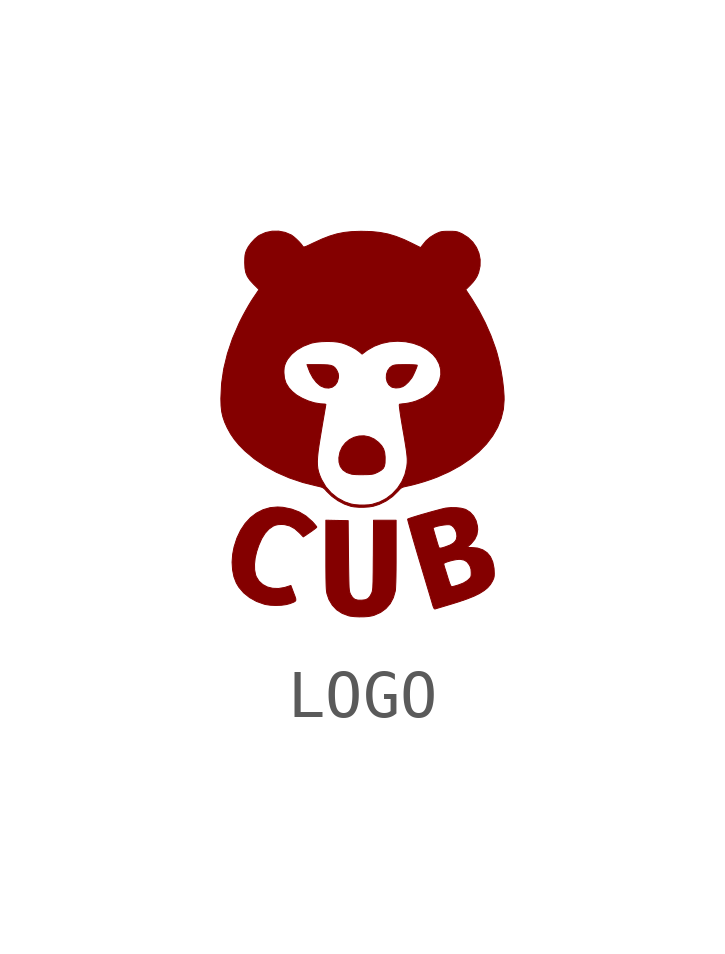
<source format=kicad_sym>
(kicad_symbol_lib
  (version 20220914)
  (generator "bitmap2component")
  (generator_version "9.0")
  (symbol "LOGO"
    (pin_names
      (offset 1.016))
    (property "Reference" "#G"
      (at 0 4.47 0)
      (effects (font (size 1.27 1.27)) hide))
    (symbol "LOGO_0_0"
      (polyline (pts (xy 0.031 -4.33) (xy 0.126 -4.323) (xy 0.202 -4.309) (xy 0.245 -4.297) (xy 0.377 -4.239) (xy 0.488 -4.158) (xy 0.578 -4.055) (xy 0.643 -3.932) (xy 0.684 -3.791) (xy 0.688 -3.762) (xy 0.691 -3.698) (xy 0.695 -3.607) (xy 0.698 -3.49) (xy 0.7 -3.349) (xy 0.701 -3.188) (xy 0.701 -3.007) (xy 0.701 -2.316) (xy 0.466 -2.316) (xy 0.23 -2.316) (xy 0.226 -3.045) (xy 0.225 -3.104) (xy 0.224 -3.265) (xy 0.223 -3.398) (xy 0.221 -3.507) (xy 0.22 -3.595) (xy 0.217 -3.663) (xy 0.215 -3.716) (xy 0.211 -3.756) (xy 0.207 -3.785) (xy 0.202 -3.808) (xy 0.195 -3.827) (xy 0.187 -3.845) (xy 0.152 -3.908) (xy 0.112 -3.95) (xy 0.06 -3.974) (xy -0.014 -3.983) (xy -0.098 -3.982) (xy -0.16 -3.965) (xy -0.208 -3.926) (xy -0.247 -3.865) (xy -0.253 -3.851) (xy -0.261 -3.833) (xy -0.267 -3.813) (xy -0.272 -3.789) (xy -0.276 -3.756) (xy -0.28 -3.712) (xy -0.282 -3.655) (xy -0.284 -3.581) (xy -0.286 -3.487) (xy -0.288 -3.37) (xy -0.29 -3.228) (xy -0.292 -3.057) (xy -0.299 -2.324) (xy -0.532 -2.32) (xy -0.764 -2.315) (xy -0.764 -3.037) (xy -0.764 -3.1) (xy -0.764 -3.267) (xy -0.763 -3.406) (xy -0.762 -3.521) (xy -0.76 -3.614) (xy -0.758 -3.687) (xy -0.755 -3.745) (xy -0.751 -3.79) (xy -0.746 -3.825) (xy -0.74 -3.852) (xy -0.699 -3.971) (xy -0.629 -4.088) (xy -0.538 -4.184) (xy -0.424 -4.258) (xy -0.288 -4.309) (xy -0.257 -4.316) (xy -0.172 -4.326) (xy -0.072 -4.331) (xy 0.031 -4.33)) (stroke (width 0.01) (type default)) (fill (type outline)))
      (polyline (pts (xy 1.517 -4.165) (xy 1.551 -4.155) (xy 1.608 -4.138) (xy 1.685 -4.115) (xy 1.775 -4.088) (xy 1.875 -4.058) (xy 2.016 -4.014) (xy 2.184 -3.956) (xy 2.325 -3.9) (xy 2.441 -3.843) (xy 2.535 -3.784) (xy 2.61 -3.723) (xy 2.668 -3.656) (xy 2.711 -3.584) (xy 2.722 -3.561) (xy 2.739 -3.519) (xy 2.747 -3.479) (xy 2.749 -3.43) (xy 2.746 -3.36) (xy 2.743 -3.315) (xy 2.717 -3.186) (xy 2.669 -3.078) (xy 2.6 -2.994) (xy 2.51 -2.933) (xy 2.401 -2.896) (xy 2.271 -2.884) (xy 2.177 -2.884) (xy 2.243 -2.826) (xy 2.267 -2.805) (xy 2.341 -2.715) (xy 2.387 -2.616) (xy 2.403 -2.51) (xy 2.398 -2.439) (xy 2.37 -2.327) (xy 2.318 -2.229) (xy 2.245 -2.149) (xy 2.155 -2.092) (xy 2.136 -2.085) (xy 2.053 -2.064) (xy 1.952 -2.053) (xy 1.843 -2.052) (xy 1.737 -2.062) (xy 1.727 -2.064) (xy 1.679 -2.075) (xy 1.611 -2.092) (xy 1.529 -2.114) (xy 1.436 -2.139) (xy 1.339 -2.167) (xy 1.243 -2.194) (xy 1.152 -2.221) (xy 1.071 -2.246) (xy 1.006 -2.267) (xy 0.961 -2.283) (xy 0.941 -2.292) (xy 0.942 -2.302) (xy 0.952 -2.34) (xy 0.969 -2.403) (xy 0.99 -2.478) (xy 1.473 -2.478) (xy 1.48 -2.469) (xy 1.512 -2.455) (xy 1.563 -2.44) (xy 1.625 -2.427) (xy 1.692 -2.416) (xy 1.756 -2.409) (xy 1.81 -2.408) (xy 1.855 -2.422) (xy 1.901 -2.461) (xy 1.938 -2.517) (xy 1.962 -2.583) (xy 1.969 -2.651) (xy 1.957 -2.714) (xy 1.936 -2.751) (xy 1.894 -2.794) (xy 1.831 -2.831) (xy 1.742 -2.865) (xy 1.714 -2.875) (xy 1.657 -2.892) (xy 1.621 -2.898) (xy 1.601 -2.893) (xy 1.591 -2.88) (xy 1.591 -2.879) (xy 1.58 -2.846) (xy 1.564 -2.795) (xy 1.545 -2.731) (xy 1.525 -2.663) (xy 1.505 -2.596) (xy 1.489 -2.538) (xy 1.478 -2.497) (xy 1.473 -2.478) (xy 0.99 -2.478) (xy 0.993 -2.489) (xy 1.023 -2.595) (xy 1.058 -2.718) (xy 1.098 -2.855) (xy 1.142 -3.005) (xy 1.189 -3.163) (xy 1.207 -3.222) (xy 1.694 -3.222) (xy 1.698 -3.215) (xy 1.726 -3.199) (xy 1.773 -3.182) (xy 1.833 -3.164) (xy 1.897 -3.148) (xy 1.958 -3.137) (xy 2.009 -3.132) (xy 2.044 -3.132) (xy 2.12 -3.147) (xy 2.179 -3.183) (xy 2.226 -3.244) (xy 2.245 -3.28) (xy 2.263 -3.338) (xy 2.268 -3.409) (xy 2.268 -3.411) (xy 2.267 -3.463) (xy 2.259 -3.498) (xy 2.239 -3.526) (xy 2.2 -3.563) (xy 2.173 -3.584) (xy 2.101 -3.627) (xy 2.006 -3.663) (xy 1.988 -3.669) (xy 1.93 -3.686) (xy 1.884 -3.698) (xy 1.859 -3.703) (xy 1.855 -3.701) (xy 1.837 -3.677) (xy 1.815 -3.623) (xy 1.788 -3.541) (xy 1.774 -3.495) (xy 1.751 -3.42) (xy 1.731 -3.355) (xy 1.716 -3.31) (xy 1.71 -3.289) (xy 1.698 -3.247) (xy 1.694 -3.222) (xy 1.207 -3.222) (xy 1.223 -3.276) (xy 1.27 -3.433) (xy 1.314 -3.58) (xy 1.354 -3.715) (xy 1.39 -3.834) (xy 1.42 -3.935) (xy 1.444 -4.015) (xy 1.46 -4.071) (xy 1.469 -4.1) (xy 1.477 -4.123) (xy 1.494 -4.158) (xy 1.51 -4.168) (xy 1.517 -4.165)) (stroke (width 0.01) (type default)) (fill (type outline)))
      (polyline (pts (xy -1.694 -4.089) (xy -1.59 -4.075) (xy -1.505 -4.052) (xy -1.494 -4.047) (xy -1.439 -4.026) (xy -1.406 -4.008) (xy -1.391 -3.986) (xy -1.392 -3.954) (xy -1.407 -3.905) (xy -1.435 -3.833) (xy -1.494 -3.676) (xy -1.59 -3.707) (xy -1.626 -3.718) (xy -1.752 -3.739) (xy -1.873 -3.735) (xy -1.983 -3.708) (xy -2.079 -3.657) (xy -2.158 -3.586) (xy -2.215 -3.495) (xy -2.23 -3.454) (xy -2.25 -3.351) (xy -2.252 -3.232) (xy -2.238 -3.103) (xy -2.207 -2.97) (xy -2.164 -2.841) (xy -2.102 -2.7) (xy -2.032 -2.588) (xy -1.953 -2.501) (xy -1.864 -2.439) (xy -1.819 -2.42) (xy -1.761 -2.407) (xy -1.686 -2.404) (xy -1.627 -2.407) (xy -1.516 -2.435) (xy -1.413 -2.492) (xy -1.315 -2.579) (xy -1.235 -2.663) (xy -1.094 -2.568) (xy -1.048 -2.536) (xy -0.999 -2.5) (xy -0.966 -2.473) (xy -0.953 -2.458) (xy -0.955 -2.454) (xy -0.972 -2.429) (xy -1.004 -2.391) (xy -1.046 -2.344) (xy -1.052 -2.339) (xy -1.177 -2.229) (xy -1.318 -2.144) (xy -1.478 -2.083) (xy -1.658 -2.046) (xy -1.771 -2.039) (xy -1.927 -2.053) (xy -2.074 -2.096) (xy -2.211 -2.166) (xy -2.336 -2.261) (xy -2.447 -2.382) (xy -2.542 -2.525) (xy -2.62 -2.689) (xy -2.679 -2.874) (xy -2.708 -3.026) (xy -2.72 -3.191) (xy -2.71 -3.35) (xy -2.681 -3.496) (xy -2.632 -3.623) (xy -2.578 -3.713) (xy -2.478 -3.83) (xy -2.354 -3.929) (xy -2.211 -4.009) (xy -2.051 -4.066) (xy -2.025 -4.073) (xy -1.923 -4.088) (xy -1.809 -4.093) (xy -1.694 -4.089)) (stroke (width 0.01) (type default)) (fill (type outline)))
      (polyline (pts (xy 0.138 -2.038) (xy 0.225 -2.024) (xy 0.349 -1.985) (xy 0.494 -1.914) (xy 0.627 -1.821) (xy 0.74 -1.711) (xy 0.745 -1.705) (xy 0.784 -1.663) (xy 0.818 -1.637) (xy 0.858 -1.621) (xy 0.917 -1.608) (xy 1.025 -1.584) (xy 1.157 -1.549) (xy 1.296 -1.508) (xy 1.431 -1.463) (xy 1.552 -1.418) (xy 1.56 -1.415) (xy 1.811 -1.303) (xy 2.04 -1.177) (xy 2.246 -1.038) (xy 2.428 -0.888) (xy 2.585 -0.727) (xy 2.715 -0.556) (xy 2.818 -0.378) (xy 2.893 -0.192) (xy 2.939 -0.001) (xy 2.954 0.195) (xy 2.953 0.272) (xy 2.941 0.442) (xy 2.919 0.626) (xy 2.888 0.815) (xy 2.849 1) (xy 2.805 1.172) (xy 2.775 1.269) (xy 2.679 1.534) (xy 2.562 1.799) (xy 2.43 2.055) (xy 2.287 2.291) (xy 2.153 2.494) (xy 2.25 2.59) (xy 2.304 2.649) (xy 2.355 2.716) (xy 2.39 2.775) (xy 2.422 2.851) (xy 2.452 2.986) (xy 2.454 3.121) (xy 2.429 3.251) (xy 2.377 3.374) (xy 2.301 3.485) (xy 2.201 3.581) (xy 2.08 3.657) (xy 2.067 3.663) (xy 2.019 3.685) (xy 1.978 3.699) (xy 1.935 3.707) (xy 1.88 3.71) (xy 1.804 3.711) (xy 1.774 3.711) (xy 1.707 3.709) (xy 1.657 3.705) (xy 1.616 3.695) (xy 1.573 3.678) (xy 1.518 3.652) (xy 1.511 3.649) (xy 1.412 3.588) (xy 1.326 3.513) (xy 1.245 3.413) (xy 1.213 3.37) (xy 1.024 3.464) (xy 0.871 3.537) (xy 0.7 3.604) (xy 0.535 3.654) (xy 0.368 3.686) (xy 0.19 3.705) (xy -0.008 3.71) (xy -0.049 3.71) (xy -0.224 3.704) (xy -0.383 3.687) (xy -0.534 3.657) (xy -0.684 3.612) (xy -0.842 3.551) (xy -1.016 3.471) (xy -1.03 3.465) (xy -1.109 3.427) (xy -1.164 3.402) (xy -1.2 3.388) (xy -1.223 3.384) (xy -1.236 3.387) (xy -1.244 3.397) (xy -1.245 3.398) (xy -1.276 3.441) (xy -1.324 3.495) (xy -1.379 3.549) (xy -1.434 3.597) (xy -1.479 3.63) (xy -1.487 3.635) (xy -1.613 3.688) (xy -1.748 3.714) (xy -1.886 3.713) (xy -2.021 3.685) (xy -2.146 3.629) (xy -2.175 3.611) (xy -2.248 3.549) (xy -2.319 3.472) (xy -2.38 3.391) (xy -2.421 3.313) (xy -2.438 3.265) (xy -2.45 3.212) (xy -2.455 3.149) (xy -2.457 3.065) (xy -2.457 3.055) (xy -2.451 2.941) (xy -2.434 2.848) (xy -2.4 2.767) (xy -2.347 2.69) (xy -2.271 2.607) (xy -2.159 2.495) (xy -2.281 2.315) (xy -2.319 2.257) (xy -2.374 2.166) (xy -2.433 2.062) (xy -2.492 1.954) (xy -2.545 1.851) (xy -2.574 1.792) (xy -2.711 1.475) (xy -2.817 1.161) (xy -2.893 0.849) (xy -2.906 0.764) (xy -1.639 0.764) (xy -1.638 0.81) (xy -1.633 0.872) (xy -1.619 0.925) (xy -1.596 0.982) (xy -1.563 1.042) (xy -1.479 1.145) (xy -1.369 1.236) (xy -1.235 1.313) (xy -1.079 1.373) (xy -1.057 1.38) (xy -0.962 1.398) (xy -0.851 1.409) (xy -0.732 1.413) (xy -0.615 1.41) (xy -0.51 1.399) (xy -0.426 1.381) (xy -0.337 1.35) (xy -0.234 1.304) (xy -0.142 1.253) (xy -0.071 1.202) (xy -0.009 1.149) (xy 0.075 1.212) (xy 0.108 1.236) (xy 0.25 1.316) (xy 0.404 1.373) (xy 0.567 1.407) (xy 0.734 1.418) (xy 0.9 1.407) (xy 1.061 1.374) (xy 1.212 1.318) (xy 1.349 1.241) (xy 1.468 1.142) (xy 1.54 1.055) (xy 1.599 0.945) (xy 1.63 0.832) (xy 1.633 0.719) (xy 1.609 0.607) (xy 1.56 0.5) (xy 1.485 0.4) (xy 1.387 0.311) (xy 1.265 0.234) (xy 1.121 0.172) (xy 1.116 0.17) (xy 1.04 0.147) (xy 0.96 0.129) (xy 0.892 0.118) (xy 0.839 0.113) (xy 0.794 0.107) (xy 0.77 0.103) (xy 0.77 0.102) (xy 0.767 0.084) (xy 0.771 0.037) (xy 0.781 -0.039) (xy 0.796 -0.144) (xy 0.818 -0.279) (xy 0.846 -0.444) (xy 0.859 -0.516) (xy 0.882 -0.653) (xy 0.9 -0.765) (xy 0.914 -0.855) (xy 0.923 -0.928) (xy 0.929 -0.987) (xy 0.933 -1.036) (xy 0.933 -1.08) (xy 0.932 -1.121) (xy 0.923 -1.202) (xy 0.885 -1.361) (xy 0.821 -1.509) (xy 0.733 -1.644) (xy 0.624 -1.763) (xy 0.497 -1.861) (xy 0.355 -1.935) (xy 0.2 -1.984) (xy 0.129 -1.994) (xy 0.032 -1.999) (xy -0.07 -1.998) (xy -0.166 -1.99) (xy -0.242 -1.976) (xy -0.374 -1.931) (xy -0.522 -1.85) (xy -0.653 -1.745) (xy -0.764 -1.619) (xy -0.85 -1.473) (xy -0.868 -1.435) (xy -0.895 -1.369) (xy -0.916 -1.305) (xy -0.931 -1.239) (xy -0.939 -1.167) (xy -0.941 -1.087) (xy -0.936 -0.994) (xy -0.925 -0.885) (xy -0.907 -0.756) (xy -0.883 -0.604) (xy -0.853 -0.424) (xy -0.839 -0.34) (xy -0.819 -0.223) (xy -0.801 -0.119) (xy -0.786 -0.03) (xy -0.774 0.038) (xy -0.767 0.083) (xy -0.764 0.1) (xy -0.766 0.102) (xy -0.788 0.108) (xy -0.828 0.11) (xy -0.876 0.113) (xy -1 0.133) (xy -1.13 0.173) (xy -1.258 0.229) (xy -1.373 0.295) (xy -1.465 0.37) (xy -1.536 0.448) (xy -1.595 0.543) (xy -1.628 0.647) (xy -1.639 0.764) (xy -2.906 0.764) (xy -2.939 0.538) (xy -2.954 0.227) (xy -2.954 0.214) (xy -2.95 0.072) (xy -2.937 -0.05) (xy -2.912 -0.16) (xy -2.875 -0.269) (xy -2.822 -0.386) (xy -2.821 -0.388) (xy -2.751 -0.515) (xy -2.671 -0.632) (xy -2.575 -0.747) (xy -2.456 -0.867) (xy -2.454 -0.869) (xy -2.257 -1.035) (xy -2.034 -1.186) (xy -1.79 -1.319) (xy -1.525 -1.434) (xy -1.243 -1.529) (xy -0.946 -1.603) (xy -0.912 -1.61) (xy -0.859 -1.624) (xy -0.822 -1.64) (xy -0.792 -1.663) (xy -0.759 -1.699) (xy -0.749 -1.711) (xy -0.639 -1.817) (xy -0.512 -1.908) (xy -0.377 -1.979) (xy -0.241 -2.026) (xy -0.175 -2.037) (xy -0.075 -2.045) (xy 0.034 -2.045) (xy 0.138 -2.038)) (stroke (width 0.01) (type default)) (fill (type outline)))
      (polyline (pts (xy 0.033 -1.365) (xy 0.07 -1.365) (xy 0.142 -1.362) (xy 0.195 -1.357) (xy 0.236 -1.349) (xy 0.273 -1.335) (xy 0.316 -1.315) (xy 0.33 -1.308) (xy 0.392 -1.271) (xy 0.434 -1.233) (xy 0.458 -1.185) (xy 0.47 -1.122) (xy 0.472 -1.035) (xy 0.472 -0.994) (xy 0.462 -0.902) (xy 0.439 -0.827) (xy 0.399 -0.761) (xy 0.337 -0.694) (xy 0.244 -0.622) (xy 0.141 -0.576) (xy 0.034 -0.555) (xy -0.074 -0.559) (xy -0.178 -0.586) (xy -0.273 -0.634) (xy -0.356 -0.703) (xy -0.423 -0.789) (xy -0.47 -0.892) (xy -0.493 -1.011) (xy -0.49 -1.105) (xy -0.462 -1.195) (xy -0.408 -1.267) (xy -0.33 -1.321) (xy -0.226 -1.355) (xy -0.19 -1.36) (xy -0.127 -1.364) (xy -0.049 -1.366) (xy 0.033 -1.365)) (stroke (width 0.01) (type default)) (fill (type outline)))
      (polyline (pts (xy -0.63 0.46) (xy -0.569 0.504) (xy -0.525 0.57) (xy -0.502 0.656) (xy -0.5 0.695) (xy -0.507 0.747) (xy -0.531 0.802) (xy -0.551 0.836) (xy -0.579 0.871) (xy -0.614 0.897) (xy -0.66 0.914) (xy -0.723 0.924) (xy -0.807 0.928) (xy -0.917 0.93) (xy -1.158 0.93) (xy -1.118 0.823) (xy -1.095 0.765) (xy -1.034 0.653) (xy -0.962 0.56) (xy -0.884 0.492) (xy -0.866 0.481) (xy -0.783 0.447) (xy -0.703 0.441) (xy -0.63 0.46)) (stroke (width 0.01) (type default)) (fill (type outline)))
      (polyline (pts (xy 0.77 0.449) (xy 0.84 0.471) (xy 0.892 0.505) (xy 0.962 0.571) (xy 1.028 0.654) (xy 1.046 0.685) (xy 1.07 0.734) (xy 1.096 0.791) (xy 1.119 0.846) (xy 1.136 0.891) (xy 1.142 0.917) (xy 1.138 0.919) (xy 1.108 0.923) (xy 1.056 0.927) (xy 0.985 0.929) (xy 0.902 0.93) (xy 0.823 0.929) (xy 0.75 0.928) (xy 0.698 0.925) (xy 0.661 0.919) (xy 0.634 0.91) (xy 0.61 0.898) (xy 0.568 0.865) (xy 0.524 0.802) (xy 0.5 0.728) (xy 0.496 0.65) (xy 0.512 0.576) (xy 0.548 0.512) (xy 0.604 0.465) (xy 0.625 0.456) (xy 0.695 0.443) (xy 0.77 0.449)) (stroke (width 0.01) (type default)) (fill (type outline))))))
</source>
